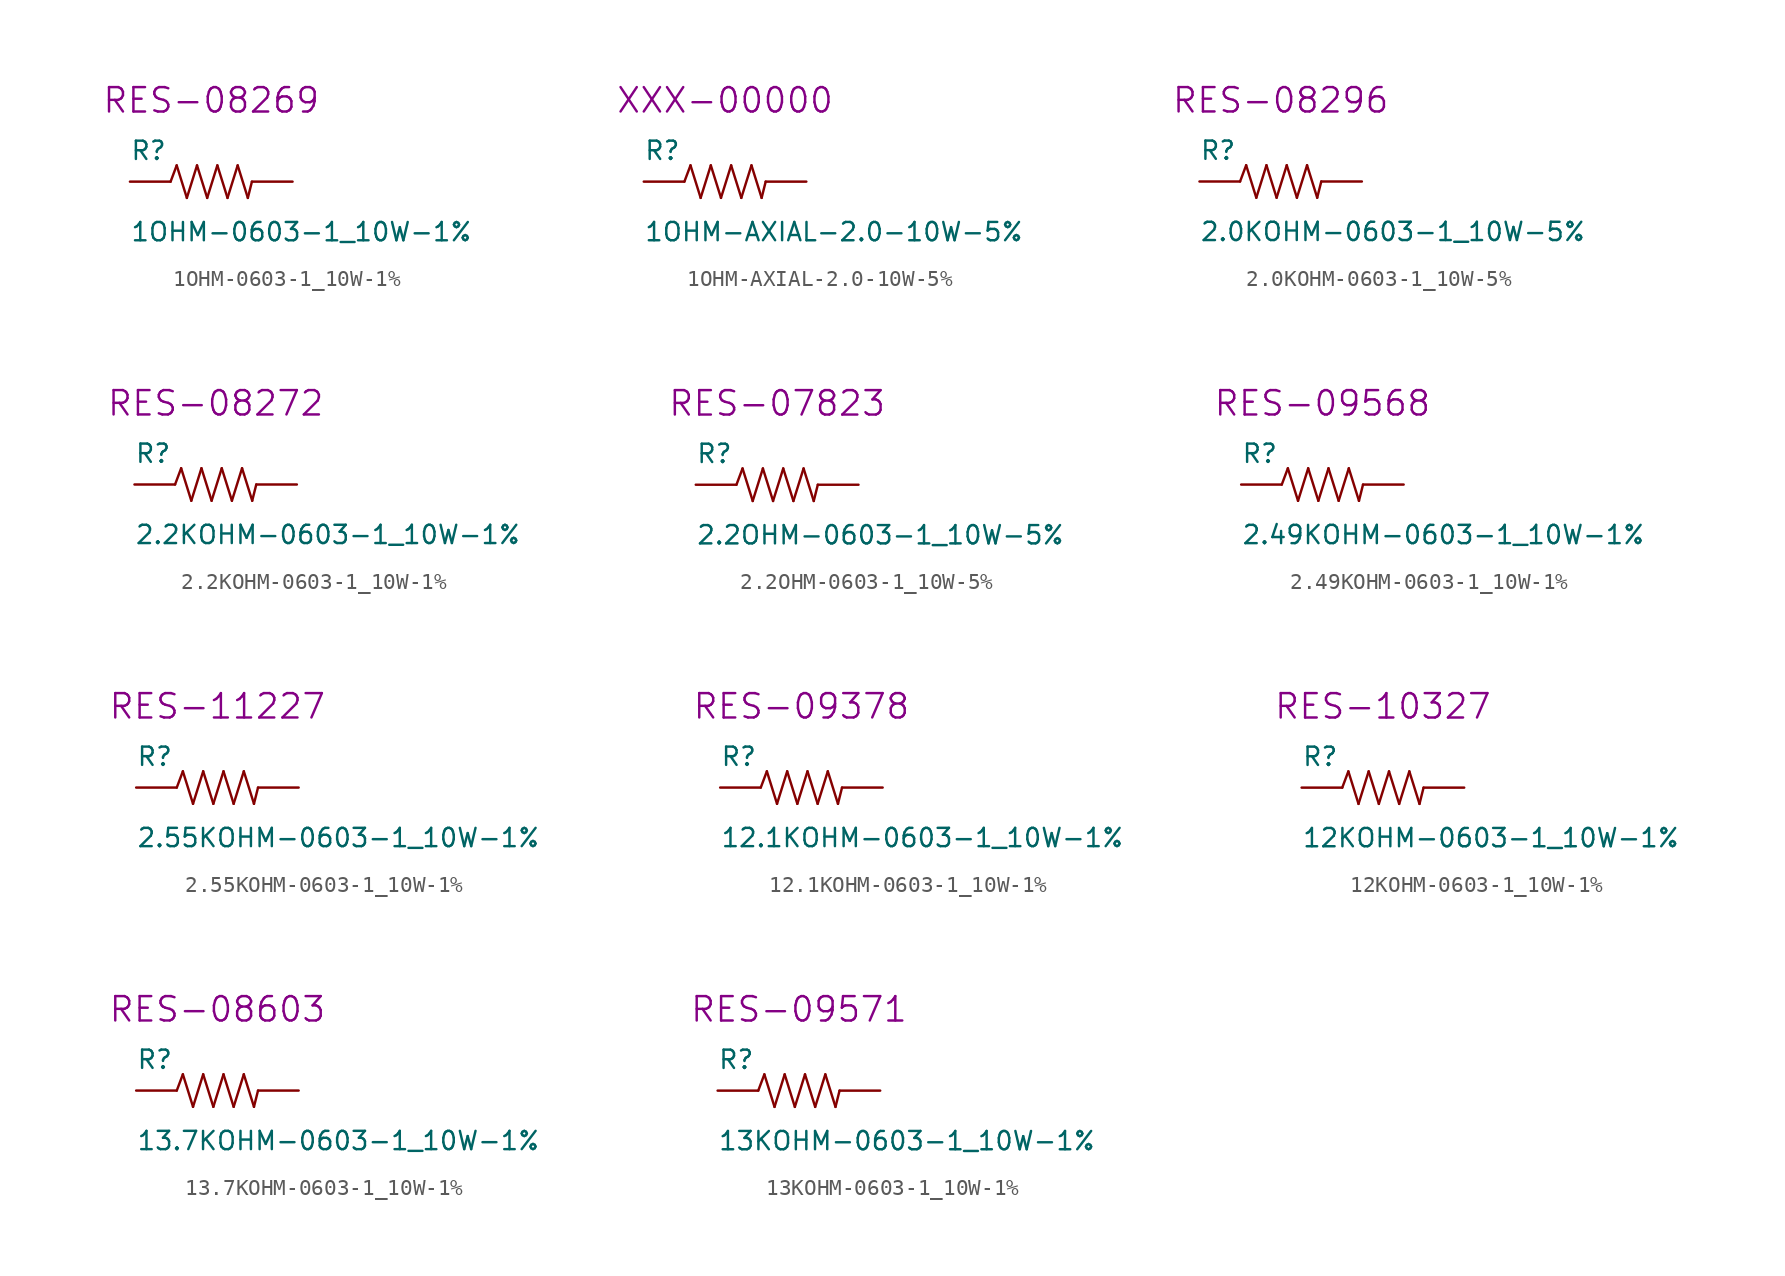
<source format=kicad_sym>
(kicad_symbol_lib
  (version 20211014)
  (generator kicad_symbol_editor)
  (symbol "1OHM-0603-1_10W-1%"
    (pin_numbers hide)
    (pin_names
      (offset 1.016) hide)
    (property "Reference" "R"
      (at -5.08 1.27 0)
      (effects (font (size 1.143 1.143)) (justify left bottom)))
    (property "Value" "1OHM-0603-1_10W-1%"
      (at -5.08 -3.81 0)
      (effects (font (size 1.143 1.143)) (justify left bottom)))
    (property "Field4" "RES-08269"
      (at 0 5.08 0)
      (effects (font (size 1.524 1.524))))
    (property "ki_locked" ""
      (at 0 0 0)
      (effects (font (size 1.27 1.27))))
    (symbol "1OHM-0603-1_10W-1%_1_0"
      (polyline (pts (xy -2.54 0) (xy -2.159 1.016)) (stroke (width 0) (type default) (color 0 0 0 0)) (fill (type none)))
      (polyline (pts (xy -2.159 1.016) (xy -1.524 -1.016)) (stroke (width 0) (type default) (color 0 0 0 0)) (fill (type none)))
      (polyline (pts (xy -1.524 -1.016) (xy -0.889 1.016)) (stroke (width 0) (type default) (color 0 0 0 0)) (fill (type none)))
      (polyline (pts (xy -0.889 1.016) (xy -0.254 -1.016)) (stroke (width 0) (type default) (color 0 0 0 0)) (fill (type none)))
      (polyline (pts (xy -0.254 -1.016) (xy 0.381 1.016)) (stroke (width 0) (type default) (color 0 0 0 0)) (fill (type none)))
      (polyline (pts (xy 0.381 1.016) (xy 1.016 -1.016)) (stroke (width 0) (type default) (color 0 0 0 0)) (fill (type none)))
      (polyline (pts (xy 1.016 -1.016) (xy 1.651 1.016)) (stroke (width 0) (type default) (color 0 0 0 0)) (fill (type none)))
      (polyline (pts (xy 1.651 1.016) (xy 2.286 -1.016)) (stroke (width 0) (type default) (color 0 0 0 0)) (fill (type none)))
      (polyline (pts (xy 2.286 -1.016) (xy 2.54 0)) (stroke (width 0) (type default) (color 0 0 0 0)) (fill (type none))))
    (symbol "1OHM-0603-1_10W-1%_1_1"
      (pin passive line (at -5.08 0 0) (length 2.54) (name "1" (effects (font (size 1.016 1.016)))) (number "1" (effects (font (size 1.016 1.016)))))
      (pin passive line (at 5.08 0 180) (length 2.54) (name "2" (effects (font (size 1.016 1.016)))) (number "2" (effects (font (size 1.016 1.016)))))))
  (symbol "1OHM-AXIAL-2.0-10W-5%"
    (pin_numbers hide)
    (pin_names
      (offset 1.016) hide)
    (property "Reference" "R"
      (at -5.08 1.27 0)
      (effects (font (size 1.143 1.143)) (justify left bottom)))
    (property "Value" "1OHM-AXIAL-2.0-10W-5%"
      (at -5.08 -3.81 0)
      (effects (font (size 1.143 1.143)) (justify left bottom)))
    (property "Field4" "XXX-00000"
      (at 0 5.08 0)
      (effects (font (size 1.524 1.524))))
    (property "ki_locked" ""
      (at 0 0 0)
      (effects (font (size 1.27 1.27))))
    (symbol "1OHM-AXIAL-2.0-10W-5%_1_0"
      (polyline (pts (xy -2.54 0) (xy -2.159 1.016)) (stroke (width 0) (type default) (color 0 0 0 0)) (fill (type none)))
      (polyline (pts (xy -2.159 1.016) (xy -1.524 -1.016)) (stroke (width 0) (type default) (color 0 0 0 0)) (fill (type none)))
      (polyline (pts (xy -1.524 -1.016) (xy -0.889 1.016)) (stroke (width 0) (type default) (color 0 0 0 0)) (fill (type none)))
      (polyline (pts (xy -0.889 1.016) (xy -0.254 -1.016)) (stroke (width 0) (type default) (color 0 0 0 0)) (fill (type none)))
      (polyline (pts (xy -0.254 -1.016) (xy 0.381 1.016)) (stroke (width 0) (type default) (color 0 0 0 0)) (fill (type none)))
      (polyline (pts (xy 0.381 1.016) (xy 1.016 -1.016)) (stroke (width 0) (type default) (color 0 0 0 0)) (fill (type none)))
      (polyline (pts (xy 1.016 -1.016) (xy 1.651 1.016)) (stroke (width 0) (type default) (color 0 0 0 0)) (fill (type none)))
      (polyline (pts (xy 1.651 1.016) (xy 2.286 -1.016)) (stroke (width 0) (type default) (color 0 0 0 0)) (fill (type none)))
      (polyline (pts (xy 2.286 -1.016) (xy 2.54 0)) (stroke (width 0) (type default) (color 0 0 0 0)) (fill (type none))))
    (symbol "1OHM-AXIAL-2.0-10W-5%_1_1"
      (pin passive line (at -5.08 0 0) (length 2.54) (name "1" (effects (font (size 1.016 1.016)))) (number "P$1" (effects (font (size 1.016 1.016)))))
      (pin passive line (at 5.08 0 180) (length 2.54) (name "2" (effects (font (size 1.016 1.016)))) (number "P$2" (effects (font (size 1.016 1.016)))))))
  (symbol "2.0KOHM-0603-1_10W-5%"
    (pin_numbers hide)
    (pin_names
      (offset 1.016) hide)
    (property "Reference" "R"
      (at -5.08 1.27 0)
      (effects (font (size 1.143 1.143)) (justify left bottom)))
    (property "Value" "2.0KOHM-0603-1_10W-5%"
      (at -5.08 -3.81 0)
      (effects (font (size 1.143 1.143)) (justify left bottom)))
    (property "Field4" "RES-08296"
      (at 0 5.08 0)
      (effects (font (size 1.524 1.524))))
    (property "ki_locked" ""
      (at 0 0 0)
      (effects (font (size 1.27 1.27))))
    (symbol "2.0KOHM-0603-1_10W-5%_1_0"
      (polyline (pts (xy -2.54 0) (xy -2.159 1.016)) (stroke (width 0) (type default) (color 0 0 0 0)) (fill (type none)))
      (polyline (pts (xy -2.159 1.016) (xy -1.524 -1.016)) (stroke (width 0) (type default) (color 0 0 0 0)) (fill (type none)))
      (polyline (pts (xy -1.524 -1.016) (xy -0.889 1.016)) (stroke (width 0) (type default) (color 0 0 0 0)) (fill (type none)))
      (polyline (pts (xy -0.889 1.016) (xy -0.254 -1.016)) (stroke (width 0) (type default) (color 0 0 0 0)) (fill (type none)))
      (polyline (pts (xy -0.254 -1.016) (xy 0.381 1.016)) (stroke (width 0) (type default) (color 0 0 0 0)) (fill (type none)))
      (polyline (pts (xy 0.381 1.016) (xy 1.016 -1.016)) (stroke (width 0) (type default) (color 0 0 0 0)) (fill (type none)))
      (polyline (pts (xy 1.016 -1.016) (xy 1.651 1.016)) (stroke (width 0) (type default) (color 0 0 0 0)) (fill (type none)))
      (polyline (pts (xy 1.651 1.016) (xy 2.286 -1.016)) (stroke (width 0) (type default) (color 0 0 0 0)) (fill (type none)))
      (polyline (pts (xy 2.286 -1.016) (xy 2.54 0)) (stroke (width 0) (type default) (color 0 0 0 0)) (fill (type none))))
    (symbol "2.0KOHM-0603-1_10W-5%_1_1"
      (pin passive line (at -5.08 0 0) (length 2.54) (name "1" (effects (font (size 1.016 1.016)))) (number "1" (effects (font (size 1.016 1.016)))))
      (pin passive line (at 5.08 0 180) (length 2.54) (name "2" (effects (font (size 1.016 1.016)))) (number "2" (effects (font (size 1.016 1.016)))))))
  (symbol "2.2KOHM-0603-1_10W-1%"
    (pin_numbers hide)
    (pin_names
      (offset 1.016) hide)
    (property "Reference" "R"
      (at -5.08 1.27 0)
      (effects (font (size 1.143 1.143)) (justify left bottom)))
    (property "Value" "2.2KOHM-0603-1_10W-1%"
      (at -5.08 -3.81 0)
      (effects (font (size 1.143 1.143)) (justify left bottom)))
    (property "Field4" "RES-08272"
      (at 0 5.08 0)
      (effects (font (size 1.524 1.524))))
    (property "ki_locked" ""
      (at 0 0 0)
      (effects (font (size 1.27 1.27))))
    (symbol "2.2KOHM-0603-1_10W-1%_1_0"
      (polyline (pts (xy -2.54 0) (xy -2.159 1.016)) (stroke (width 0) (type default) (color 0 0 0 0)) (fill (type none)))
      (polyline (pts (xy -2.159 1.016) (xy -1.524 -1.016)) (stroke (width 0) (type default) (color 0 0 0 0)) (fill (type none)))
      (polyline (pts (xy -1.524 -1.016) (xy -0.889 1.016)) (stroke (width 0) (type default) (color 0 0 0 0)) (fill (type none)))
      (polyline (pts (xy -0.889 1.016) (xy -0.254 -1.016)) (stroke (width 0) (type default) (color 0 0 0 0)) (fill (type none)))
      (polyline (pts (xy -0.254 -1.016) (xy 0.381 1.016)) (stroke (width 0) (type default) (color 0 0 0 0)) (fill (type none)))
      (polyline (pts (xy 0.381 1.016) (xy 1.016 -1.016)) (stroke (width 0) (type default) (color 0 0 0 0)) (fill (type none)))
      (polyline (pts (xy 1.016 -1.016) (xy 1.651 1.016)) (stroke (width 0) (type default) (color 0 0 0 0)) (fill (type none)))
      (polyline (pts (xy 1.651 1.016) (xy 2.286 -1.016)) (stroke (width 0) (type default) (color 0 0 0 0)) (fill (type none)))
      (polyline (pts (xy 2.286 -1.016) (xy 2.54 0)) (stroke (width 0) (type default) (color 0 0 0 0)) (fill (type none))))
    (symbol "2.2KOHM-0603-1_10W-1%_1_1"
      (pin passive line (at -5.08 0 0) (length 2.54) (name "1" (effects (font (size 1.016 1.016)))) (number "1" (effects (font (size 1.016 1.016)))))
      (pin passive line (at 5.08 0 180) (length 2.54) (name "2" (effects (font (size 1.016 1.016)))) (number "2" (effects (font (size 1.016 1.016)))))))
  (symbol "2.2OHM-0603-1_10W-5%"
    (pin_numbers hide)
    (pin_names
      (offset 1.016) hide)
    (property "Reference" "R"
      (at -5.08 1.27 0)
      (effects (font (size 1.143 1.143)) (justify left bottom)))
    (property "Value" "2.2OHM-0603-1_10W-5%"
      (at -5.08 -3.81 0)
      (effects (font (size 1.143 1.143)) (justify left bottom)))
    (property "Field4" "RES-07823"
      (at 0 5.08 0)
      (effects (font (size 1.524 1.524))))
    (property "ki_locked" ""
      (at 0 0 0)
      (effects (font (size 1.27 1.27))))
    (symbol "2.2OHM-0603-1_10W-5%_1_0"
      (polyline (pts (xy -2.54 0) (xy -2.159 1.016)) (stroke (width 0) (type default) (color 0 0 0 0)) (fill (type none)))
      (polyline (pts (xy -2.159 1.016) (xy -1.524 -1.016)) (stroke (width 0) (type default) (color 0 0 0 0)) (fill (type none)))
      (polyline (pts (xy -1.524 -1.016) (xy -0.889 1.016)) (stroke (width 0) (type default) (color 0 0 0 0)) (fill (type none)))
      (polyline (pts (xy -0.889 1.016) (xy -0.254 -1.016)) (stroke (width 0) (type default) (color 0 0 0 0)) (fill (type none)))
      (polyline (pts (xy -0.254 -1.016) (xy 0.381 1.016)) (stroke (width 0) (type default) (color 0 0 0 0)) (fill (type none)))
      (polyline (pts (xy 0.381 1.016) (xy 1.016 -1.016)) (stroke (width 0) (type default) (color 0 0 0 0)) (fill (type none)))
      (polyline (pts (xy 1.016 -1.016) (xy 1.651 1.016)) (stroke (width 0) (type default) (color 0 0 0 0)) (fill (type none)))
      (polyline (pts (xy 1.651 1.016) (xy 2.286 -1.016)) (stroke (width 0) (type default) (color 0 0 0 0)) (fill (type none)))
      (polyline (pts (xy 2.286 -1.016) (xy 2.54 0)) (stroke (width 0) (type default) (color 0 0 0 0)) (fill (type none))))
    (symbol "2.2OHM-0603-1_10W-5%_1_1"
      (pin passive line (at -5.08 0 0) (length 2.54) (name "1" (effects (font (size 1.016 1.016)))) (number "1" (effects (font (size 1.016 1.016)))))
      (pin passive line (at 5.08 0 180) (length 2.54) (name "2" (effects (font (size 1.016 1.016)))) (number "2" (effects (font (size 1.016 1.016)))))))
  (symbol "2.49KOHM-0603-1_10W-1%"
    (pin_numbers hide)
    (pin_names
      (offset 1.016) hide)
    (property "Reference" "R"
      (at -5.08 1.27 0)
      (effects (font (size 1.143 1.143)) (justify left bottom)))
    (property "Value" "2.49KOHM-0603-1_10W-1%"
      (at -5.08 -3.81 0)
      (effects (font (size 1.143 1.143)) (justify left bottom)))
    (property "Field4" "RES-09568"
      (at 0 5.08 0)
      (effects (font (size 1.524 1.524))))
    (property "ki_locked" ""
      (at 0 0 0)
      (effects (font (size 1.27 1.27))))
    (symbol "2.49KOHM-0603-1_10W-1%_1_0"
      (polyline (pts (xy -2.54 0) (xy -2.159 1.016)) (stroke (width 0) (type default) (color 0 0 0 0)) (fill (type none)))
      (polyline (pts (xy -2.159 1.016) (xy -1.524 -1.016)) (stroke (width 0) (type default) (color 0 0 0 0)) (fill (type none)))
      (polyline (pts (xy -1.524 -1.016) (xy -0.889 1.016)) (stroke (width 0) (type default) (color 0 0 0 0)) (fill (type none)))
      (polyline (pts (xy -0.889 1.016) (xy -0.254 -1.016)) (stroke (width 0) (type default) (color 0 0 0 0)) (fill (type none)))
      (polyline (pts (xy -0.254 -1.016) (xy 0.381 1.016)) (stroke (width 0) (type default) (color 0 0 0 0)) (fill (type none)))
      (polyline (pts (xy 0.381 1.016) (xy 1.016 -1.016)) (stroke (width 0) (type default) (color 0 0 0 0)) (fill (type none)))
      (polyline (pts (xy 1.016 -1.016) (xy 1.651 1.016)) (stroke (width 0) (type default) (color 0 0 0 0)) (fill (type none)))
      (polyline (pts (xy 1.651 1.016) (xy 2.286 -1.016)) (stroke (width 0) (type default) (color 0 0 0 0)) (fill (type none)))
      (polyline (pts (xy 2.286 -1.016) (xy 2.54 0)) (stroke (width 0) (type default) (color 0 0 0 0)) (fill (type none))))
    (symbol "2.49KOHM-0603-1_10W-1%_1_1"
      (pin passive line (at -5.08 0 0) (length 2.54) (name "1" (effects (font (size 1.016 1.016)))) (number "1" (effects (font (size 1.016 1.016)))))
      (pin passive line (at 5.08 0 180) (length 2.54) (name "2" (effects (font (size 1.016 1.016)))) (number "2" (effects (font (size 1.016 1.016)))))))
  (symbol "2.55KOHM-0603-1_10W-1%"
    (pin_numbers hide)
    (pin_names
      (offset 1.016) hide)
    (property "Reference" "R"
      (at -5.08 1.27 0)
      (effects (font (size 1.143 1.143)) (justify left bottom)))
    (property "Value" "2.55KOHM-0603-1_10W-1%"
      (at -5.08 -3.81 0)
      (effects (font (size 1.143 1.143)) (justify left bottom)))
    (property "Field4" "RES-11227"
      (at 0 5.08 0)
      (effects (font (size 1.524 1.524))))
    (property "ki_locked" ""
      (at 0 0 0)
      (effects (font (size 1.27 1.27))))
    (symbol "2.55KOHM-0603-1_10W-1%_1_0"
      (polyline (pts (xy -2.54 0) (xy -2.159 1.016)) (stroke (width 0) (type default) (color 0 0 0 0)) (fill (type none)))
      (polyline (pts (xy -2.159 1.016) (xy -1.524 -1.016)) (stroke (width 0) (type default) (color 0 0 0 0)) (fill (type none)))
      (polyline (pts (xy -1.524 -1.016) (xy -0.889 1.016)) (stroke (width 0) (type default) (color 0 0 0 0)) (fill (type none)))
      (polyline (pts (xy -0.889 1.016) (xy -0.254 -1.016)) (stroke (width 0) (type default) (color 0 0 0 0)) (fill (type none)))
      (polyline (pts (xy -0.254 -1.016) (xy 0.381 1.016)) (stroke (width 0) (type default) (color 0 0 0 0)) (fill (type none)))
      (polyline (pts (xy 0.381 1.016) (xy 1.016 -1.016)) (stroke (width 0) (type default) (color 0 0 0 0)) (fill (type none)))
      (polyline (pts (xy 1.016 -1.016) (xy 1.651 1.016)) (stroke (width 0) (type default) (color 0 0 0 0)) (fill (type none)))
      (polyline (pts (xy 1.651 1.016) (xy 2.286 -1.016)) (stroke (width 0) (type default) (color 0 0 0 0)) (fill (type none)))
      (polyline (pts (xy 2.286 -1.016) (xy 2.54 0)) (stroke (width 0) (type default) (color 0 0 0 0)) (fill (type none))))
    (symbol "2.55KOHM-0603-1_10W-1%_1_1"
      (pin passive line (at -5.08 0 0) (length 2.54) (name "1" (effects (font (size 1.016 1.016)))) (number "1" (effects (font (size 1.016 1.016)))))
      (pin passive line (at 5.08 0 180) (length 2.54) (name "2" (effects (font (size 1.016 1.016)))) (number "2" (effects (font (size 1.016 1.016)))))))
  (symbol "12.1KOHM-0603-1_10W-1%"
    (pin_numbers hide)
    (pin_names
      (offset 1.016) hide)
    (property "Reference" "R"
      (at -5.08 1.27 0)
      (effects (font (size 1.143 1.143)) (justify left bottom)))
    (property "Value" "12.1KOHM-0603-1_10W-1%"
      (at -5.08 -3.81 0)
      (effects (font (size 1.143 1.143)) (justify left bottom)))
    (property "Field4" "RES-09378"
      (at 0 5.08 0)
      (effects (font (size 1.524 1.524))))
    (property "ki_locked" ""
      (at 0 0 0)
      (effects (font (size 1.27 1.27))))
    (symbol "12.1KOHM-0603-1_10W-1%_1_0"
      (polyline (pts (xy -2.54 0) (xy -2.159 1.016)) (stroke (width 0) (type default) (color 0 0 0 0)) (fill (type none)))
      (polyline (pts (xy -2.159 1.016) (xy -1.524 -1.016)) (stroke (width 0) (type default) (color 0 0 0 0)) (fill (type none)))
      (polyline (pts (xy -1.524 -1.016) (xy -0.889 1.016)) (stroke (width 0) (type default) (color 0 0 0 0)) (fill (type none)))
      (polyline (pts (xy -0.889 1.016) (xy -0.254 -1.016)) (stroke (width 0) (type default) (color 0 0 0 0)) (fill (type none)))
      (polyline (pts (xy -0.254 -1.016) (xy 0.381 1.016)) (stroke (width 0) (type default) (color 0 0 0 0)) (fill (type none)))
      (polyline (pts (xy 0.381 1.016) (xy 1.016 -1.016)) (stroke (width 0) (type default) (color 0 0 0 0)) (fill (type none)))
      (polyline (pts (xy 1.016 -1.016) (xy 1.651 1.016)) (stroke (width 0) (type default) (color 0 0 0 0)) (fill (type none)))
      (polyline (pts (xy 1.651 1.016) (xy 2.286 -1.016)) (stroke (width 0) (type default) (color 0 0 0 0)) (fill (type none)))
      (polyline (pts (xy 2.286 -1.016) (xy 2.54 0)) (stroke (width 0) (type default) (color 0 0 0 0)) (fill (type none))))
    (symbol "12.1KOHM-0603-1_10W-1%_1_1"
      (pin passive line (at -5.08 0 0) (length 2.54) (name "1" (effects (font (size 1.016 1.016)))) (number "1" (effects (font (size 1.016 1.016)))))
      (pin passive line (at 5.08 0 180) (length 2.54) (name "2" (effects (font (size 1.016 1.016)))) (number "2" (effects (font (size 1.016 1.016)))))))
  (symbol "12KOHM-0603-1_10W-1%"
    (pin_numbers hide)
    (pin_names
      (offset 1.016) hide)
    (property "Reference" "R"
      (at -5.08 1.27 0)
      (effects (font (size 1.143 1.143)) (justify left bottom)))
    (property "Value" "12KOHM-0603-1_10W-1%"
      (at -5.08 -3.81 0)
      (effects (font (size 1.143 1.143)) (justify left bottom)))
    (property "Field4" "RES-10327"
      (at 0 5.08 0)
      (effects (font (size 1.524 1.524))))
    (property "ki_locked" ""
      (at 0 0 0)
      (effects (font (size 1.27 1.27))))
    (symbol "12KOHM-0603-1_10W-1%_1_0"
      (polyline (pts (xy -2.54 0) (xy -2.159 1.016)) (stroke (width 0) (type default) (color 0 0 0 0)) (fill (type none)))
      (polyline (pts (xy -2.159 1.016) (xy -1.524 -1.016)) (stroke (width 0) (type default) (color 0 0 0 0)) (fill (type none)))
      (polyline (pts (xy -1.524 -1.016) (xy -0.889 1.016)) (stroke (width 0) (type default) (color 0 0 0 0)) (fill (type none)))
      (polyline (pts (xy -0.889 1.016) (xy -0.254 -1.016)) (stroke (width 0) (type default) (color 0 0 0 0)) (fill (type none)))
      (polyline (pts (xy -0.254 -1.016) (xy 0.381 1.016)) (stroke (width 0) (type default) (color 0 0 0 0)) (fill (type none)))
      (polyline (pts (xy 0.381 1.016) (xy 1.016 -1.016)) (stroke (width 0) (type default) (color 0 0 0 0)) (fill (type none)))
      (polyline (pts (xy 1.016 -1.016) (xy 1.651 1.016)) (stroke (width 0) (type default) (color 0 0 0 0)) (fill (type none)))
      (polyline (pts (xy 1.651 1.016) (xy 2.286 -1.016)) (stroke (width 0) (type default) (color 0 0 0 0)) (fill (type none)))
      (polyline (pts (xy 2.286 -1.016) (xy 2.54 0)) (stroke (width 0) (type default) (color 0 0 0 0)) (fill (type none))))
    (symbol "12KOHM-0603-1_10W-1%_1_1"
      (pin passive line (at -5.08 0 0) (length 2.54) (name "1" (effects (font (size 1.016 1.016)))) (number "1" (effects (font (size 1.016 1.016)))))
      (pin passive line (at 5.08 0 180) (length 2.54) (name "2" (effects (font (size 1.016 1.016)))) (number "2" (effects (font (size 1.016 1.016)))))))
  (symbol "13.7KOHM-0603-1_10W-1%"
    (pin_numbers hide)
    (pin_names
      (offset 1.016) hide)
    (property "Reference" "R"
      (at -5.08 1.27 0)
      (effects (font (size 1.143 1.143)) (justify left bottom)))
    (property "Value" "13.7KOHM-0603-1_10W-1%"
      (at -5.08 -3.81 0)
      (effects (font (size 1.143 1.143)) (justify left bottom)))
    (property "Field4" "RES-08603"
      (at 0 5.08 0)
      (effects (font (size 1.524 1.524))))
    (property "ki_locked" ""
      (at 0 0 0)
      (effects (font (size 1.27 1.27))))
    (symbol "13.7KOHM-0603-1_10W-1%_1_0"
      (polyline (pts (xy -2.54 0) (xy -2.159 1.016)) (stroke (width 0) (type default) (color 0 0 0 0)) (fill (type none)))
      (polyline (pts (xy -2.159 1.016) (xy -1.524 -1.016)) (stroke (width 0) (type default) (color 0 0 0 0)) (fill (type none)))
      (polyline (pts (xy -1.524 -1.016) (xy -0.889 1.016)) (stroke (width 0) (type default) (color 0 0 0 0)) (fill (type none)))
      (polyline (pts (xy -0.889 1.016) (xy -0.254 -1.016)) (stroke (width 0) (type default) (color 0 0 0 0)) (fill (type none)))
      (polyline (pts (xy -0.254 -1.016) (xy 0.381 1.016)) (stroke (width 0) (type default) (color 0 0 0 0)) (fill (type none)))
      (polyline (pts (xy 0.381 1.016) (xy 1.016 -1.016)) (stroke (width 0) (type default) (color 0 0 0 0)) (fill (type none)))
      (polyline (pts (xy 1.016 -1.016) (xy 1.651 1.016)) (stroke (width 0) (type default) (color 0 0 0 0)) (fill (type none)))
      (polyline (pts (xy 1.651 1.016) (xy 2.286 -1.016)) (stroke (width 0) (type default) (color 0 0 0 0)) (fill (type none)))
      (polyline (pts (xy 2.286 -1.016) (xy 2.54 0)) (stroke (width 0) (type default) (color 0 0 0 0)) (fill (type none))))
    (symbol "13.7KOHM-0603-1_10W-1%_1_1"
      (pin passive line (at -5.08 0 0) (length 2.54) (name "1" (effects (font (size 1.016 1.016)))) (number "1" (effects (font (size 1.016 1.016)))))
      (pin passive line (at 5.08 0 180) (length 2.54) (name "2" (effects (font (size 1.016 1.016)))) (number "2" (effects (font (size 1.016 1.016)))))))
  (symbol "13KOHM-0603-1_10W-1%"
    (pin_numbers hide)
    (pin_names
      (offset 1.016) hide)
    (property "Reference" "R"
      (at -5.08 1.27 0)
      (effects (font (size 1.143 1.143)) (justify left bottom)))
    (property "Value" "13KOHM-0603-1_10W-1%"
      (at -5.08 -3.81 0)
      (effects (font (size 1.143 1.143)) (justify left bottom)))
    (property "Field4" "RES-09571"
      (at 0 5.08 0)
      (effects (font (size 1.524 1.524))))
    (property "ki_locked" ""
      (at 0 0 0)
      (effects (font (size 1.27 1.27))))
    (symbol "13KOHM-0603-1_10W-1%_1_0"
      (polyline (pts (xy -2.54 0) (xy -2.159 1.016)) (stroke (width 0) (type default) (color 0 0 0 0)) (fill (type none)))
      (polyline (pts (xy -2.159 1.016) (xy -1.524 -1.016)) (stroke (width 0) (type default) (color 0 0 0 0)) (fill (type none)))
      (polyline (pts (xy -1.524 -1.016) (xy -0.889 1.016)) (stroke (width 0) (type default) (color 0 0 0 0)) (fill (type none)))
      (polyline (pts (xy -0.889 1.016) (xy -0.254 -1.016)) (stroke (width 0) (type default) (color 0 0 0 0)) (fill (type none)))
      (polyline (pts (xy -0.254 -1.016) (xy 0.381 1.016)) (stroke (width 0) (type default) (color 0 0 0 0)) (fill (type none)))
      (polyline (pts (xy 0.381 1.016) (xy 1.016 -1.016)) (stroke (width 0) (type default) (color 0 0 0 0)) (fill (type none)))
      (polyline (pts (xy 1.016 -1.016) (xy 1.651 1.016)) (stroke (width 0) (type default) (color 0 0 0 0)) (fill (type none)))
      (polyline (pts (xy 1.651 1.016) (xy 2.286 -1.016)) (stroke (width 0) (type default) (color 0 0 0 0)) (fill (type none)))
      (polyline (pts (xy 2.286 -1.016) (xy 2.54 0)) (stroke (width 0) (type default) (color 0 0 0 0)) (fill (type none))))
    (symbol "13KOHM-0603-1_10W-1%_1_1"
      (pin passive line (at -5.08 0 0) (length 2.54) (name "1" (effects (font (size 1.016 1.016)))) (number "1" (effects (font (size 1.016 1.016)))))
      (pin passive line (at 5.08 0 180) (length 2.54) (name "2" (effects (font (size 1.016 1.016)))) (number "2" (effects (font (size 1.016 1.016))))))))
</source>
